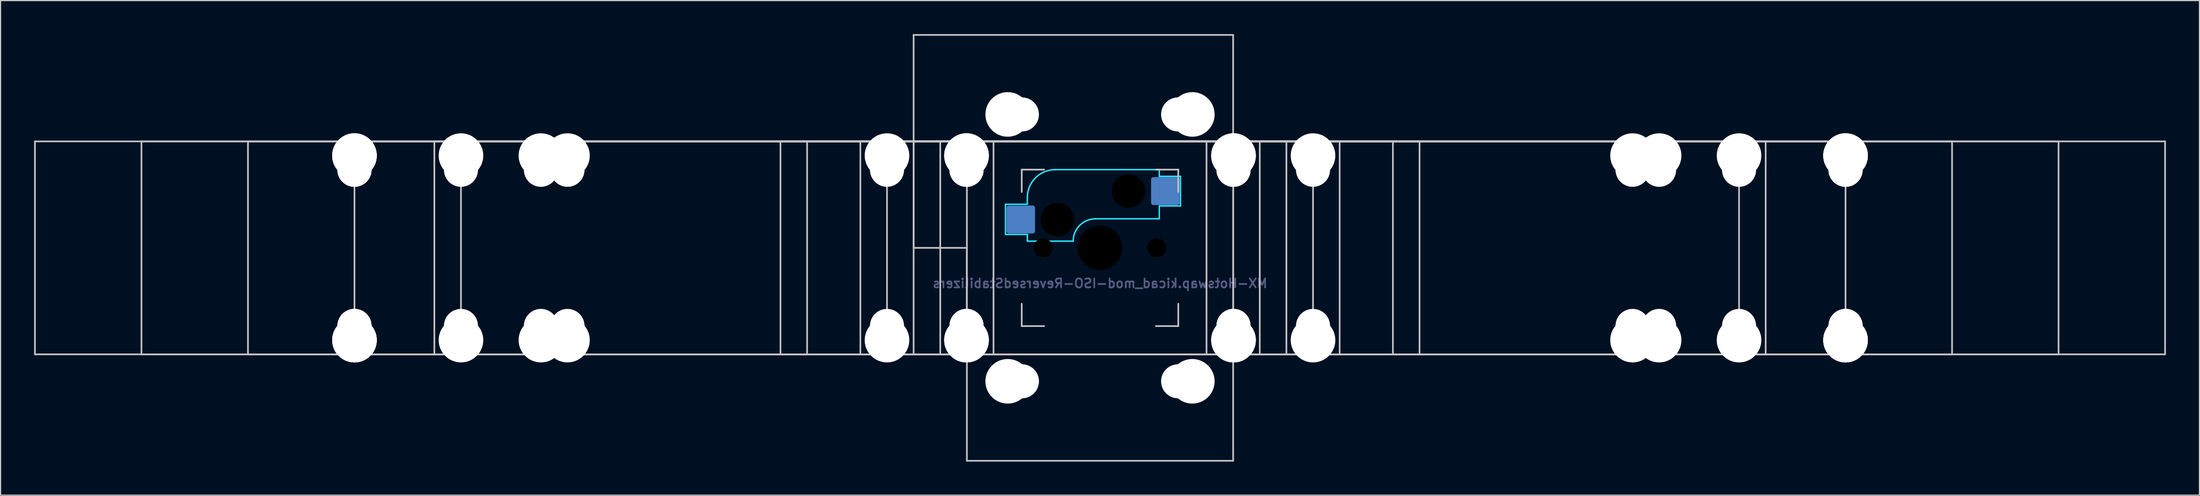
<source format=kicad_pcb>
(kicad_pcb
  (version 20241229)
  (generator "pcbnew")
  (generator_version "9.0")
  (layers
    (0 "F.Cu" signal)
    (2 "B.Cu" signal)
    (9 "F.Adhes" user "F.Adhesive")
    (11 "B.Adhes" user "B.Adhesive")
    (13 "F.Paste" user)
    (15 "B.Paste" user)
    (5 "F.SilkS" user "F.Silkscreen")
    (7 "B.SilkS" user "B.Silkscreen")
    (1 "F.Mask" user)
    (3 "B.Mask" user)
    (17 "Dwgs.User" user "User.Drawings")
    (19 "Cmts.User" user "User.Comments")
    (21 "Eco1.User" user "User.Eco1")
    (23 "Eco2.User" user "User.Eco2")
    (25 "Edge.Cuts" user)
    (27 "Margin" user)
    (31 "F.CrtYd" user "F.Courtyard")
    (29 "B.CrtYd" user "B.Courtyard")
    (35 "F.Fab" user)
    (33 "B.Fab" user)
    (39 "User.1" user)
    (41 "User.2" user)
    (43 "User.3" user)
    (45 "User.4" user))
  (footprint "MX-Hotswap.kicad_mod-ISO-ReversedStabilizers"
    (layer "F.Cu")
    (at 95.325 19.125)
    (property "Reference" "MX-Hotswap.kicad_mod-ISO-ReversedStabilizers" (at 0 3.175 0) (layer "B.Fab") (effects (font (size 0.8 0.8) (thickness 0.15)) (justify mirror)))
    (attr smd)
    (fp_line (start -95.25 9.525) (end -95.25 -9.525) (stroke (width 0.15) (type solid)) (layer "Dwgs.User"))
    (fp_line (start -85.725 9.525) (end -85.725 -9.525) (stroke (width 0.15) (type solid)) (layer "Dwgs.User"))
    (fp_line (start -76.2 9.525) (end -76.2 -9.525) (stroke (width 0.15) (type solid)) (layer "Dwgs.User"))
    (fp_line (start -66.675 9.525) (end -66.675 -9.525) (stroke (width 0.15) (type solid)) (layer "Dwgs.User"))
    (fp_line (start -59.531 9.525) (end -59.531 -9.525) (stroke (width 0.15) (type solid)) (layer "Dwgs.User"))
    (fp_line (start -57.15 9.525) (end -57.15 -9.525) (stroke (width 0.15) (type solid)) (layer "Dwgs.User"))
    (fp_line (start -28.575 9.525) (end -28.575 -9.525) (stroke (width 0.15) (type solid)) (layer "Dwgs.User"))
    (fp_line (start -26.194 9.525) (end -26.194 -9.525) (stroke (width 0.15) (type solid)) (layer "Dwgs.User"))
    (fp_line (start -21.431 9.525) (end -21.431 -9.525) (stroke (width 0.15) (type solid)) (layer "Dwgs.User"))
    (fp_line (start -19.05 9.525) (end -19.05 -9.525) (stroke (width 0.15) (type solid)) (layer "Dwgs.User"))
    (fp_line (start -16.669 -19.05) (end -16.669 0) (stroke (width 0.15) (type solid)) (layer "Dwgs.User"))
    (fp_line (start -16.669 -19.05) (end 11.906 -19.05) (stroke (width 0.15) (type solid)) (layer "Dwgs.User"))
    (fp_line (start -16.669 9.525) (end -16.669 -9.525) (stroke (width 0.15) (type solid)) (layer "Dwgs.User"))
    (fp_line (start -14.287 9.525) (end -14.287 -9.525) (stroke (width 0.15) (type solid)) (layer "Dwgs.User"))
    (fp_line (start -11.906 0) (end -16.669 0) (stroke (width 0.15) (type solid)) (layer "Dwgs.User"))
    (fp_line (start -11.906 9.525) (end -11.906 -9.525) (stroke (width 0.15) (type solid)) (layer "Dwgs.User"))
    (fp_line (start -11.906 19.05) (end -11.906 0) (stroke (width 0.15) (type solid)) (layer "Dwgs.User"))
    (fp_line (start -11.906 19.05) (end 11.906 19.05) (stroke (width 0.15) (type solid)) (layer "Dwgs.User"))
    (fp_line (start -9.525 9.525) (end -9.525 -9.525) (stroke (width 0.15) (type solid)) (layer "Dwgs.User"))
    (fp_line (start -7 -7) (end -7 -5) (stroke (width 0.15) (type solid)) (layer "Dwgs.User"))
    (fp_line (start -7 5) (end -7 7) (stroke (width 0.15) (type solid)) (layer "Dwgs.User"))
    (fp_line (start -7 7) (end -5 7) (stroke (width 0.15) (type solid)) (layer "Dwgs.User"))
    (fp_line (start -5 -7) (end -7 -7) (stroke (width 0.15) (type solid)) (layer "Dwgs.User"))
    (fp_line (start 5 -7) (end 7 -7) (stroke (width 0.15) (type solid)) (layer "Dwgs.User"))
    (fp_line (start 5 7) (end 7 7) (stroke (width 0.15) (type solid)) (layer "Dwgs.User"))
    (fp_line (start 7 -7) (end 7 -5) (stroke (width 0.15) (type solid)) (layer "Dwgs.User"))
    (fp_line (start 7 7) (end 7 5) (stroke (width 0.15) (type solid)) (layer "Dwgs.User"))
    (fp_line (start 9.525 -9.525) (end -9.525 -9.525) (stroke (width 0.15) (type solid)) (layer "Dwgs.User"))
    (fp_line (start 9.525 9.525) (end -9.525 9.525) (stroke (width 0.15) (type solid)) (layer "Dwgs.User"))
    (fp_line (start 9.525 9.525) (end 9.525 -9.525) (stroke (width 0.15) (type solid)) (layer "Dwgs.User"))
    (fp_line (start 11.906 -19.05) (end 11.906 19.05) (stroke (width 0.15) (type solid)) (layer "Dwgs.User"))
    (fp_line (start 11.906 -9.525) (end -11.906 -9.525) (stroke (width 0.15) (type solid)) (layer "Dwgs.User"))
    (fp_line (start 11.906 9.525) (end -11.906 9.525) (stroke (width 0.15) (type solid)) (layer "Dwgs.User"))
    (fp_line (start 11.906 9.525) (end 11.906 -9.525) (stroke (width 0.15) (type solid)) (layer "Dwgs.User"))
    (fp_line (start 14.287 -9.525) (end -14.287 -9.525) (stroke (width 0.15) (type solid)) (layer "Dwgs.User"))
    (fp_line (start 14.287 9.525) (end -14.287 9.525) (stroke (width 0.15) (type solid)) (layer "Dwgs.User"))
    (fp_line (start 14.287 9.525) (end 14.287 -9.525) (stroke (width 0.15) (type solid)) (layer "Dwgs.User"))
    (fp_line (start 16.669 -9.525) (end -16.669 -9.525) (stroke (width 0.15) (type solid)) (layer "Dwgs.User"))
    (fp_line (start 16.669 9.525) (end -16.669 9.525) (stroke (width 0.15) (type solid)) (layer "Dwgs.User"))
    (fp_line (start 16.669 9.525) (end 16.669 -9.525) (stroke (width 0.15) (type solid)) (layer "Dwgs.User"))
    (fp_line (start 19.05 -9.525) (end -19.05 -9.525) (stroke (width 0.15) (type solid)) (layer "Dwgs.User"))
    (fp_line (start 19.05 9.525) (end -19.05 9.525) (stroke (width 0.15) (type solid)) (layer "Dwgs.User"))
    (fp_line (start 19.05 9.525) (end 19.05 -9.525) (stroke (width 0.15) (type solid)) (layer "Dwgs.User"))
    (fp_line (start 21.431 -9.525) (end -21.431 -9.525) (stroke (width 0.15) (type solid)) (layer "Dwgs.User"))
    (fp_line (start 21.431 9.525) (end -21.431 9.525) (stroke (width 0.15) (type solid)) (layer "Dwgs.User"))
    (fp_line (start 21.431 9.525) (end 21.431 -9.525) (stroke (width 0.15) (type solid)) (layer "Dwgs.User"))
    (fp_line (start 26.194 -9.525) (end -26.194 -9.525) (stroke (width 0.15) (type solid)) (layer "Dwgs.User"))
    (fp_line (start 26.194 9.525) (end -26.194 9.525) (stroke (width 0.15) (type solid)) (layer "Dwgs.User"))
    (fp_line (start 26.194 9.525) (end 26.194 -9.525) (stroke (width 0.15) (type solid)) (layer "Dwgs.User"))
    (fp_line (start 28.575 -9.525) (end -28.575 -9.525) (stroke (width 0.15) (type solid)) (layer "Dwgs.User"))
    (fp_line (start 28.575 9.525) (end -28.575 9.525) (stroke (width 0.15) (type solid)) (layer "Dwgs.User"))
    (fp_line (start 28.575 9.525) (end 28.575 -9.525) (stroke (width 0.15) (type solid)) (layer "Dwgs.User"))
    (fp_line (start 57.15 -9.525) (end -57.15 -9.525) (stroke (width 0.15) (type solid)) (layer "Dwgs.User"))
    (fp_line (start 57.15 9.525) (end -57.15 9.525) (stroke (width 0.15) (type solid)) (layer "Dwgs.User"))
    (fp_line (start 57.15 9.525) (end 57.15 -9.525) (stroke (width 0.15) (type solid)) (layer "Dwgs.User"))
    (fp_line (start 59.531 -9.525) (end -59.531 -9.525) (stroke (width 0.15) (type solid)) (layer "Dwgs.User"))
    (fp_line (start 59.531 9.525) (end -59.531 9.525) (stroke (width 0.15) (type solid)) (layer "Dwgs.User"))
    (fp_line (start 59.531 9.525) (end 59.531 -9.525) (stroke (width 0.15) (type solid)) (layer "Dwgs.User"))
    (fp_line (start 66.675 -9.525) (end -66.675 -9.525) (stroke (width 0.15) (type solid)) (layer "Dwgs.User"))
    (fp_line (start 66.675 9.525) (end -66.675 9.525) (stroke (width 0.15) (type solid)) (layer "Dwgs.User"))
    (fp_line (start 66.675 9.525) (end 66.675 -9.525) (stroke (width 0.15) (type solid)) (layer "Dwgs.User"))
    (fp_line (start 76.2 -9.525) (end -76.2 -9.525) (stroke (width 0.15) (type solid)) (layer "Dwgs.User"))
    (fp_line (start 76.2 9.525) (end -76.2 9.525) (stroke (width 0.15) (type solid)) (layer "Dwgs.User"))
    (fp_line (start 76.2 9.525) (end 76.2 -9.525) (stroke (width 0.15) (type solid)) (layer "Dwgs.User"))
    (fp_line (start 85.725 -9.525) (end -85.725 -9.525) (stroke (width 0.15) (type solid)) (layer "Dwgs.User"))
    (fp_line (start 85.725 9.525) (end -85.725 9.525) (stroke (width 0.15) (type solid)) (layer "Dwgs.User"))
    (fp_line (start 85.725 9.525) (end 85.725 -9.525) (stroke (width 0.15) (type solid)) (layer "Dwgs.User"))
    (fp_line (start 95.25 -9.525) (end -95.25 -9.525) (stroke (width 0.15) (type solid)) (layer "Dwgs.User"))
    (fp_line (start 95.25 9.525) (end -95.25 9.525) (stroke (width 0.15) (type solid)) (layer "Dwgs.User"))
    (fp_line (start 95.25 9.525) (end 95.25 -9.525) (stroke (width 0.15) (type solid)) (layer "Dwgs.User"))
    (fp_line (start -8.45 -3.9) (end -8.45 -1.2) (stroke (width 0.127) (type solid)) (layer "B.CrtYd"))
    (fp_line (start -8.45 -1.2) (end -6.5 -1.2) (stroke (width 0.127) (type solid)) (layer "B.CrtYd"))
    (fp_line (start -6.5 -4.5) (end -6.5 -3.9) (stroke (width 0.127) (type solid)) (layer "B.CrtYd"))
    (fp_line (start -6.5 -3.9) (end -8.45 -3.9) (stroke (width 0.127) (type solid)) (layer "B.CrtYd"))
    (fp_line (start -6.5 -0.6) (end -6.5 -1.2) (stroke (width 0.127) (type solid)) (layer "B.CrtYd"))
    (fp_line (start -6.5 -0.6) (end -2.4 -0.6) (stroke (width 0.127) (type solid)) (layer "B.CrtYd"))
    (fp_line (start -0.4 -2.6) (end 5.3 -2.6) (stroke (width 0.127) (type solid)) (layer "B.CrtYd"))
    (fp_line (start 5.3 -7) (end -4 -7) (stroke (width 0.127) (type solid)) (layer "B.CrtYd"))
    (fp_line (start 5.3 -7) (end 5.3 -6.4) (stroke (width 0.127) (type solid)) (layer "B.CrtYd"))
    (fp_line (start 5.3 -6.4) (end 7.2 -6.4) (stroke (width 0.127) (type solid)) (layer "B.CrtYd"))
    (fp_line (start 5.3 -2.6) (end 5.3 -3.75) (stroke (width 0.127) (type solid)) (layer "B.CrtYd"))
    (fp_line (start 7.2 -6.4) (end 7.2 -3.75) (stroke (width 0.127) (type solid)) (layer "B.CrtYd"))
    (fp_line (start 7.2 -3.75) (end 5.3 -3.75) (stroke (width 0.127) (type solid)) (layer "B.CrtYd"))
    (fp_arc (start -6.5 -4.5) (mid -5.767767 -6.267767) (end -4 -7) (stroke (width 0.127) (type solid)) (layer "B.CrtYd"))
    (fp_arc (start -2.4 -0.6) (mid -1.814214 -2.014214) (end -0.4 -2.6) (stroke (width 0.127) (type solid)) (layer "B.CrtYd"))
    (pad "" np_thru_hole circle (at -66.675 -8.255) (size 3.988 3.988) (drill 3.988) (layers "*.Cu" "*.Mask"))
    (pad "" np_thru_hole circle (at -66.675 -8.255) (size 3.988 3.988) (drill 3.988) (layers "*.Cu" "*.Mask"))
    (pad "" np_thru_hole circle (at -66.675 -8.255) (size 3.988 3.988) (drill 3.988) (layers "*.Cu" "*.Mask"))
    (pad "" np_thru_hole circle (at -66.675 -6.985) (size 3.048 3.048) (drill 3.048) (layers "*.Cu" "*.Mask"))
    (pad "" np_thru_hole circle (at -66.675 -6.985) (size 3.048 3.048) (drill 3.048) (layers "*.Cu" "*.Mask"))
    (pad "" np_thru_hole circle (at -66.675 -6.985) (size 3.048 3.048) (drill 3.048) (layers "*.Cu" "*.Mask"))
    (pad "" np_thru_hole circle (at -66.675 6.985) (size 3.048 3.048) (drill 3.048) (layers "*.Cu" "*.Mask"))
    (pad "" np_thru_hole circle (at -66.675 6.985) (size 3.048 3.048) (drill 3.048) (layers "*.Cu" "*.Mask"))
    (pad "" np_thru_hole circle (at -66.675 6.985) (size 3.048 3.048) (drill 3.048) (layers "*.Cu" "*.Mask"))
    (pad "" np_thru_hole circle (at -66.675 8.255) (size 3.988 3.988) (drill 3.988) (layers "*.Cu" "*.Mask"))
    (pad "" np_thru_hole circle (at -66.675 8.255) (size 3.988 3.988) (drill 3.988) (layers "*.Cu" "*.Mask"))
    (pad "" np_thru_hole circle (at -66.675 8.255) (size 3.988 3.988) (drill 3.988) (layers "*.Cu" "*.Mask"))
    (pad "" np_thru_hole circle (at -57.15 -8.255) (size 3.988 3.988) (drill 3.988) (layers "*.Cu" "*.Mask"))
    (pad "" np_thru_hole circle (at -57.15 -6.985) (size 3.048 3.048) (drill 3.048) (layers "*.Cu" "*.Mask"))
    (pad "" np_thru_hole circle (at -57.15 6.985) (size 3.048 3.048) (drill 3.048) (layers "*.Cu" "*.Mask"))
    (pad "" np_thru_hole circle (at -57.15 8.255) (size 3.988 3.988) (drill 3.988) (layers "*.Cu" "*.Mask"))
    (pad "" np_thru_hole circle (at -50 -8.255) (size 3.988 3.988) (drill 3.988) (layers "*.Cu" "*.Mask"))
    (pad "" np_thru_hole circle (at -50 -6.985) (size 3.048 3.048) (drill 3.048) (layers "*.Cu" "*.Mask"))
    (pad "" np_thru_hole circle (at -50 6.985) (size 3.048 3.048) (drill 3.048) (layers "*.Cu" "*.Mask"))
    (pad "" np_thru_hole circle (at -50 8.255) (size 3.988 3.988) (drill 3.988) (layers "*.Cu" "*.Mask"))
    (pad "" np_thru_hole circle (at -47.625 -8.255) (size 3.988 3.988) (drill 3.988) (layers "*.Cu" "*.Mask"))
    (pad "" np_thru_hole circle (at -47.625 -6.985) (size 3.048 3.048) (drill 3.048) (layers "*.Cu" "*.Mask"))
    (pad "" np_thru_hole circle (at -47.625 6.985) (size 3.048 3.048) (drill 3.048) (layers "*.Cu" "*.Mask"))
    (pad "" np_thru_hole circle (at -47.625 8.255) (size 3.988 3.988) (drill 3.988) (layers "*.Cu" "*.Mask"))
    (pad "" np_thru_hole circle (at -19.05 -8.255) (size 3.988 3.988) (drill 3.988) (layers "*.Cu" "*.Mask"))
    (pad "" np_thru_hole circle (at -19.05 -6.985) (size 3.048 3.048) (drill 3.048) (layers "*.Cu" "*.Mask"))
    (pad "" np_thru_hole circle (at -19.05 6.985) (size 3.048 3.048) (drill 3.048) (layers "*.Cu" "*.Mask"))
    (pad "" np_thru_hole circle (at -19.05 8.255) (size 3.988 3.988) (drill 3.988) (layers "*.Cu" "*.Mask"))
    (pad "" np_thru_hole circle (at -11.938 -8.255) (size 3.988 3.988) (drill 3.988) (layers "*.Cu" "*.Mask"))
    (pad "" np_thru_hole circle (at -11.938 -8.255) (size 3.988 3.988) (drill 3.988) (layers "*.Cu" "*.Mask"))
    (pad "" np_thru_hole circle (at -11.938 -8.255) (size 3.988 3.988) (drill 3.988) (layers "*.Cu" "*.Mask"))
    (pad "" np_thru_hole circle (at -11.938 -6.985) (size 3.048 3.048) (drill 3.048) (layers "*.Cu" "*.Mask"))
    (pad "" np_thru_hole circle (at -11.938 -6.985) (size 3.048 3.048) (drill 3.048) (layers "*.Cu" "*.Mask"))
    (pad "" np_thru_hole circle (at -11.938 -6.985) (size 3.048 3.048) (drill 3.048) (layers "*.Cu" "*.Mask"))
    (pad "" np_thru_hole circle (at -11.938 6.985) (size 3.048 3.048) (drill 3.048) (layers "*.Cu" "*.Mask"))
    (pad "" np_thru_hole circle (at -11.938 6.985) (size 3.048 3.048) (drill 3.048) (layers "*.Cu" "*.Mask"))
    (pad "" np_thru_hole circle (at -11.938 6.985) (size 3.048 3.048) (drill 3.048) (layers "*.Cu" "*.Mask"))
    (pad "" np_thru_hole circle (at -11.938 8.255) (size 3.988 3.988) (drill 3.988) (layers "*.Cu" "*.Mask"))
    (pad "" np_thru_hole circle (at -11.938 8.255) (size 3.988 3.988) (drill 3.988) (layers "*.Cu" "*.Mask"))
    (pad "" np_thru_hole circle (at -11.938 8.255) (size 3.988 3.988) (drill 3.988) (layers "*.Cu" "*.Mask"))
    (pad "" np_thru_hole circle (at -8.255 -11.938) (size 3.988 3.988) (drill 3.988) (layers "*.Cu" "*.Mask"))
    (pad "" np_thru_hole circle (at -8.255 11.938) (size 3.988 3.988) (drill 3.988) (layers "*.Cu" "*.Mask"))
    (pad "" np_thru_hole circle (at -6.985 -11.938) (size 3.048 3.048) (drill 3.048) (layers "*.Cu" "*.Mask"))
    (pad "" np_thru_hole circle (at -6.985 11.938) (size 3.048 3.048) (drill 3.048) (layers "*.Cu" "*.Mask"))
    (pad "" np_thru_hole circle (at -5.08 0 48.099) (size 1.702 1.702) (drill 1.702) (layers "*.Mask"))
    (pad "" np_thru_hole circle (at -3.81 -2.54) (size 3 3) (drill 3) (layers "*.Mask"))
    (pad "" np_thru_hole circle (at 0 0) (size 3.988 3.988) (drill 3.988) (layers "*.Mask"))
    (pad "" np_thru_hole circle (at 2.54 -5.08) (size 3 3) (drill 3) (layers "*.Mask"))
    (pad "" np_thru_hole circle (at 5.08 0 48.099) (size 1.702 1.702) (drill 1.702) (layers "*.Mask"))
    (pad "" np_thru_hole circle (at 6.985 -11.938) (size 3.048 3.048) (drill 3.048) (layers "*.Cu" "*.Mask"))
    (pad "" np_thru_hole circle (at 6.985 11.938) (size 3.048 3.048) (drill 3.048) (layers "*.Cu" "*.Mask"))
    (pad "" np_thru_hole circle (at 8.255 -11.938) (size 3.988 3.988) (drill 3.988) (layers "*.Cu" "*.Mask"))
    (pad "" np_thru_hole circle (at 8.255 11.938) (size 3.988 3.988) (drill 3.988) (layers "*.Cu" "*.Mask"))
    (pad "" np_thru_hole circle (at 11.938 -8.255) (size 3.988 3.988) (drill 3.988) (layers "*.Cu" "*.Mask"))
    (pad "" np_thru_hole circle (at 11.938 -8.255) (size 3.988 3.988) (drill 3.988) (layers "*.Cu" "*.Mask"))
    (pad "" np_thru_hole circle (at 11.938 -8.255) (size 3.988 3.988) (drill 3.988) (layers "*.Cu" "*.Mask"))
    (pad "" np_thru_hole circle (at 11.938 -6.985) (size 3.048 3.048) (drill 3.048) (layers "*.Cu" "*.Mask"))
    (pad "" np_thru_hole circle (at 11.938 -6.985) (size 3.048 3.048) (drill 3.048) (layers "*.Cu" "*.Mask"))
    (pad "" np_thru_hole circle (at 11.938 -6.985) (size 3.048 3.048) (drill 3.048) (layers "*.Cu" "*.Mask"))
    (pad "" np_thru_hole circle (at 11.938 6.985) (size 3.048 3.048) (drill 3.048) (layers "*.Cu" "*.Mask"))
    (pad "" np_thru_hole circle (at 11.938 6.985) (size 3.048 3.048) (drill 3.048) (layers "*.Cu" "*.Mask"))
    (pad "" np_thru_hole circle (at 11.938 6.985) (size 3.048 3.048) (drill 3.048) (layers "*.Cu" "*.Mask"))
    (pad "" np_thru_hole circle (at 11.938 8.255) (size 3.988 3.988) (drill 3.988) (layers "*.Cu" "*.Mask"))
    (pad "" np_thru_hole circle (at 11.938 8.255) (size 3.988 3.988) (drill 3.988) (layers "*.Cu" "*.Mask"))
    (pad "" np_thru_hole circle (at 11.938 8.255) (size 3.988 3.988) (drill 3.988) (layers "*.Cu" "*.Mask"))
    (pad "" np_thru_hole circle (at 19.05 -8.255) (size 3.988 3.988) (drill 3.988) (layers "*.Cu" "*.Mask"))
    (pad "" np_thru_hole circle (at 19.05 -6.985) (size 3.048 3.048) (drill 3.048) (layers "*.Cu" "*.Mask"))
    (pad "" np_thru_hole circle (at 19.05 6.985) (size 3.048 3.048) (drill 3.048) (layers "*.Cu" "*.Mask"))
    (pad "" np_thru_hole circle (at 19.05 8.255) (size 3.988 3.988) (drill 3.988) (layers "*.Cu" "*.Mask"))
    (pad "" np_thru_hole circle (at 47.625 -8.255) (size 3.988 3.988) (drill 3.988) (layers "*.Cu" "*.Mask"))
    (pad "" np_thru_hole circle (at 47.625 -6.985) (size 3.048 3.048) (drill 3.048) (layers "*.Cu" "*.Mask"))
    (pad "" np_thru_hole circle (at 47.625 6.985) (size 3.048 3.048) (drill 3.048) (layers "*.Cu" "*.Mask"))
    (pad "" np_thru_hole circle (at 47.625 8.255) (size 3.988 3.988) (drill 3.988) (layers "*.Cu" "*.Mask"))
    (pad "" np_thru_hole circle (at 50 -8.255) (size 3.988 3.988) (drill 3.988) (layers "*.Cu" "*.Mask"))
    (pad "" np_thru_hole circle (at 50 -6.985) (size 3.048 3.048) (drill 3.048) (layers "*.Cu" "*.Mask"))
    (pad "" np_thru_hole circle (at 50 6.985) (size 3.048 3.048) (drill 3.048) (layers "*.Cu" "*.Mask"))
    (pad "" np_thru_hole circle (at 50 8.255) (size 3.988 3.988) (drill 3.988) (layers "*.Cu" "*.Mask"))
    (pad "" np_thru_hole circle (at 57.15 -8.255) (size 3.988 3.988) (drill 3.988) (layers "*.Cu" "*.Mask"))
    (pad "" np_thru_hole circle (at 57.15 -6.985) (size 3.048 3.048) (drill 3.048) (layers "*.Cu" "*.Mask"))
    (pad "" np_thru_hole circle (at 57.15 6.985) (size 3.048 3.048) (drill 3.048) (layers "*.Cu" "*.Mask"))
    (pad "" np_thru_hole circle (at 57.15 8.255) (size 3.988 3.988) (drill 3.988) (layers "*.Cu" "*.Mask"))
    (pad "" np_thru_hole circle (at 66.675 -8.255) (size 3.988 3.988) (drill 3.988) (layers "*.Cu" "*.Mask"))
    (pad "" np_thru_hole circle (at 66.675 -8.255) (size 3.988 3.988) (drill 3.988) (layers "*.Cu" "*.Mask"))
    (pad "" np_thru_hole circle (at 66.675 -8.255) (size 3.988 3.988) (drill 3.988) (layers "*.Cu" "*.Mask"))
    (pad "" np_thru_hole circle (at 66.675 -6.985) (size 3.048 3.048) (drill 3.048) (layers "*.Cu" "*.Mask"))
    (pad "" np_thru_hole circle (at 66.675 -6.985) (size 3.048 3.048) (drill 3.048) (layers "*.Cu" "*.Mask"))
    (pad "" np_thru_hole circle (at 66.675 -6.985) (size 3.048 3.048) (drill 3.048) (layers "*.Cu" "*.Mask"))
    (pad "" np_thru_hole circle (at 66.675 6.985) (size 3.048 3.048) (drill 3.048) (layers "*.Cu" "*.Mask"))
    (pad "" np_thru_hole circle (at 66.675 6.985) (size 3.048 3.048) (drill 3.048) (layers "*.Cu" "*.Mask"))
    (pad "" np_thru_hole circle (at 66.675 6.985) (size 3.048 3.048) (drill 3.048) (layers "*.Cu" "*.Mask"))
    (pad "" np_thru_hole circle (at 66.675 8.255) (size 3.988 3.988) (drill 3.988) (layers "*.Cu" "*.Mask"))
    (pad "" np_thru_hole circle (at 66.675 8.255) (size 3.988 3.988) (drill 3.988) (layers "*.Cu" "*.Mask"))
    (pad "" np_thru_hole circle (at 66.675 8.255) (size 3.988 3.988) (drill 3.988) (layers "*.Cu" "*.Mask"))
    (pad "1" smd roundrect (at -7.085 -2.54) (size 2.55 2.5) (layers "B.Cu" "B.Mask" "B.Paste") (roundrect_rratio 0.08))
    (pad "2" smd roundrect (at 5.842 -5.08) (size 2.55 2.5) (layers "B.Cu" "B.Mask" "B.Paste") (roundrect_rratio 0.08)))
  (gr_rect
    (start -3 -3)
    (end 193.65 41.25)
    (stroke (width 0.1) (type default))
    (fill no)
    (layer "Edge.Cuts")))
</source>
